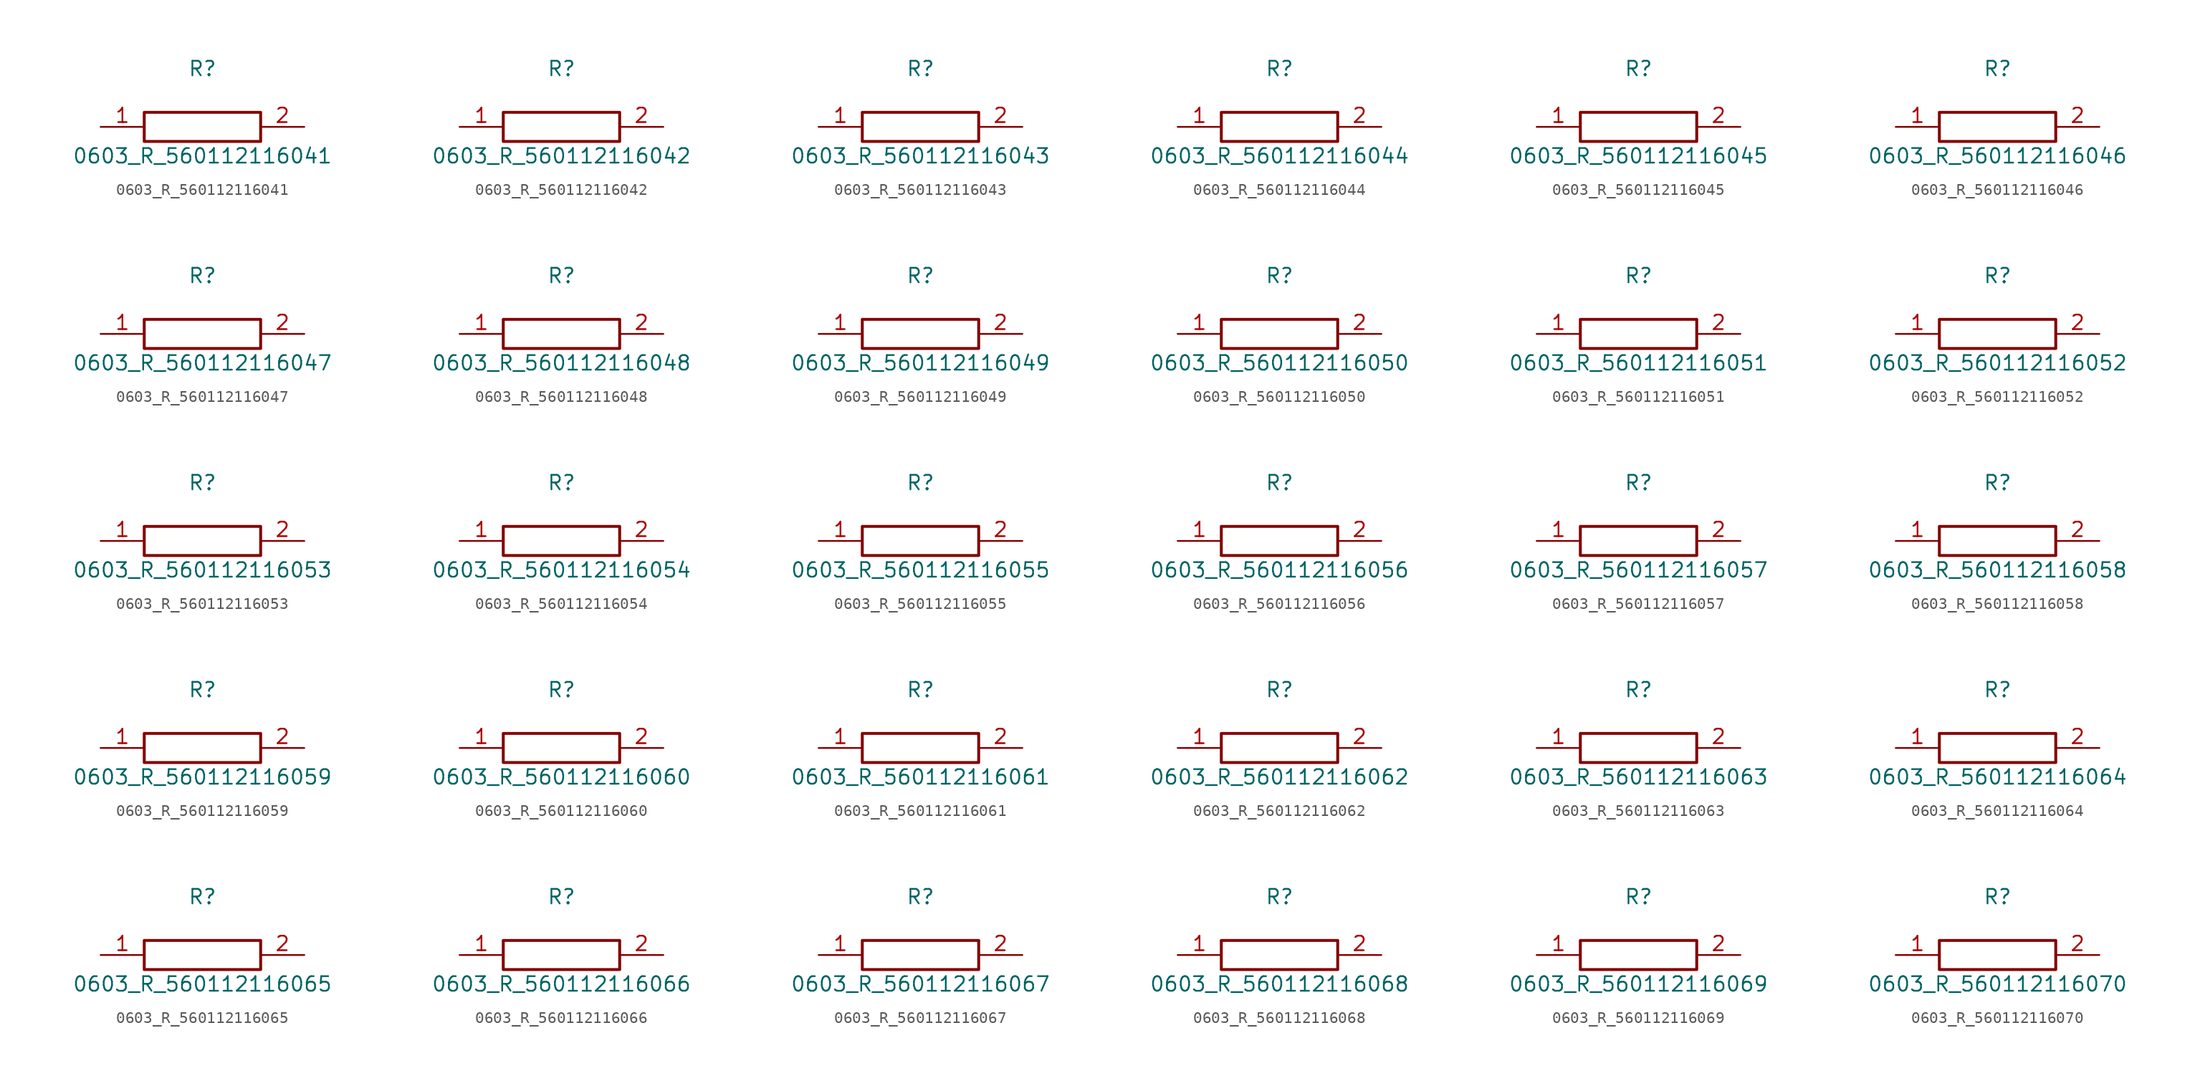
<source format=kicad_sym>
(kicad_symbol_lib
  (version 20211014)
  (generator kicad_symbol_editor)
  (symbol "Resistor_Wurth_WRIS-RSKS:0603_R_560112116041"
    (pin_names hide)
    (property "Reference" "R"
      (at 0 5.08 0)
      (effects (font (size 1.27 1.27))))
    (property "Value" "0603_R_560112116041"
      (at 0 -2.54 0)
      (effects (font (size 1.27 1.27))))
    (symbol "0603_R_560112116041_0_1"
      (rectangle (start -5.08 1.27) (end 5.08 -1.27) (stroke (width 0.254) (type solid)) (fill (type none)))
      (pin passive line (at -8.89 0 0) (length 3.81) (name "1" (effects (font (size 1.27 1.27)))) (number "1" (effects (font (size 1.27 1.27)))))
      (pin passive line (at 8.89 0 180) (length 3.81) (name "2" (effects (font (size 1.27 1.27)))) (number "2" (effects (font (size 1.27 1.27)))))))
  (symbol "Resistor_Wurth_WRIS-RSKS:0603_R_560112116042"
    (pin_names hide)
    (property "Reference" "R"
      (at 0 5.08 0)
      (effects (font (size 1.27 1.27))))
    (property "Value" "0603_R_560112116042"
      (at 0 -2.54 0)
      (effects (font (size 1.27 1.27))))
    (symbol "0603_R_560112116042_0_1"
      (rectangle (start -5.08 1.27) (end 5.08 -1.27) (stroke (width 0.254) (type solid)) (fill (type none)))
      (pin passive line (at -8.89 0 0) (length 3.81) (name "1" (effects (font (size 1.27 1.27)))) (number "1" (effects (font (size 1.27 1.27)))))
      (pin passive line (at 8.89 0 180) (length 3.81) (name "2" (effects (font (size 1.27 1.27)))) (number "2" (effects (font (size 1.27 1.27)))))))
  (symbol "Resistor_Wurth_WRIS-RSKS:0603_R_560112116043"
    (pin_names hide)
    (property "Reference" "R"
      (at 0 5.08 0)
      (effects (font (size 1.27 1.27))))
    (property "Value" "0603_R_560112116043"
      (at 0 -2.54 0)
      (effects (font (size 1.27 1.27))))
    (symbol "0603_R_560112116043_0_1"
      (rectangle (start -5.08 1.27) (end 5.08 -1.27) (stroke (width 0.254) (type solid)) (fill (type none)))
      (pin passive line (at -8.89 0 0) (length 3.81) (name "1" (effects (font (size 1.27 1.27)))) (number "1" (effects (font (size 1.27 1.27)))))
      (pin passive line (at 8.89 0 180) (length 3.81) (name "2" (effects (font (size 1.27 1.27)))) (number "2" (effects (font (size 1.27 1.27)))))))
  (symbol "Resistor_Wurth_WRIS-RSKS:0603_R_560112116044"
    (pin_names hide)
    (property "Reference" "R"
      (at 0 5.08 0)
      (effects (font (size 1.27 1.27))))
    (property "Value" "0603_R_560112116044"
      (at 0 -2.54 0)
      (effects (font (size 1.27 1.27))))
    (symbol "0603_R_560112116044_0_1"
      (rectangle (start -5.08 1.27) (end 5.08 -1.27) (stroke (width 0.254) (type solid)) (fill (type none)))
      (pin passive line (at -8.89 0 0) (length 3.81) (name "1" (effects (font (size 1.27 1.27)))) (number "1" (effects (font (size 1.27 1.27)))))
      (pin passive line (at 8.89 0 180) (length 3.81) (name "2" (effects (font (size 1.27 1.27)))) (number "2" (effects (font (size 1.27 1.27)))))))
  (symbol "Resistor_Wurth_WRIS-RSKS:0603_R_560112116045"
    (pin_names hide)
    (property "Reference" "R"
      (at 0 5.08 0)
      (effects (font (size 1.27 1.27))))
    (property "Value" "0603_R_560112116045"
      (at 0 -2.54 0)
      (effects (font (size 1.27 1.27))))
    (symbol "0603_R_560112116045_0_1"
      (rectangle (start -5.08 1.27) (end 5.08 -1.27) (stroke (width 0.254) (type solid)) (fill (type none)))
      (pin passive line (at -8.89 0 0) (length 3.81) (name "1" (effects (font (size 1.27 1.27)))) (number "1" (effects (font (size 1.27 1.27)))))
      (pin passive line (at 8.89 0 180) (length 3.81) (name "2" (effects (font (size 1.27 1.27)))) (number "2" (effects (font (size 1.27 1.27)))))))
  (symbol "Resistor_Wurth_WRIS-RSKS:0603_R_560112116046"
    (pin_names hide)
    (property "Reference" "R"
      (at 0 5.08 0)
      (effects (font (size 1.27 1.27))))
    (property "Value" "0603_R_560112116046"
      (at 0 -2.54 0)
      (effects (font (size 1.27 1.27))))
    (symbol "0603_R_560112116046_0_1"
      (rectangle (start -5.08 1.27) (end 5.08 -1.27) (stroke (width 0.254) (type solid)) (fill (type none)))
      (pin passive line (at -8.89 0 0) (length 3.81) (name "1" (effects (font (size 1.27 1.27)))) (number "1" (effects (font (size 1.27 1.27)))))
      (pin passive line (at 8.89 0 180) (length 3.81) (name "2" (effects (font (size 1.27 1.27)))) (number "2" (effects (font (size 1.27 1.27)))))))
  (symbol "Resistor_Wurth_WRIS-RSKS:0603_R_560112116047"
    (pin_names hide)
    (property "Reference" "R"
      (at 0 5.08 0)
      (effects (font (size 1.27 1.27))))
    (property "Value" "0603_R_560112116047"
      (at 0 -2.54 0)
      (effects (font (size 1.27 1.27))))
    (symbol "0603_R_560112116047_0_1"
      (rectangle (start -5.08 1.27) (end 5.08 -1.27) (stroke (width 0.254) (type solid)) (fill (type none)))
      (pin passive line (at -8.89 0 0) (length 3.81) (name "1" (effects (font (size 1.27 1.27)))) (number "1" (effects (font (size 1.27 1.27)))))
      (pin passive line (at 8.89 0 180) (length 3.81) (name "2" (effects (font (size 1.27 1.27)))) (number "2" (effects (font (size 1.27 1.27)))))))
  (symbol "Resistor_Wurth_WRIS-RSKS:0603_R_560112116048"
    (pin_names hide)
    (property "Reference" "R"
      (at 0 5.08 0)
      (effects (font (size 1.27 1.27))))
    (property "Value" "0603_R_560112116048"
      (at 0 -2.54 0)
      (effects (font (size 1.27 1.27))))
    (symbol "0603_R_560112116048_0_1"
      (rectangle (start -5.08 1.27) (end 5.08 -1.27) (stroke (width 0.254) (type solid)) (fill (type none)))
      (pin passive line (at -8.89 0 0) (length 3.81) (name "1" (effects (font (size 1.27 1.27)))) (number "1" (effects (font (size 1.27 1.27)))))
      (pin passive line (at 8.89 0 180) (length 3.81) (name "2" (effects (font (size 1.27 1.27)))) (number "2" (effects (font (size 1.27 1.27)))))))
  (symbol "Resistor_Wurth_WRIS-RSKS:0603_R_560112116049"
    (pin_names hide)
    (property "Reference" "R"
      (at 0 5.08 0)
      (effects (font (size 1.27 1.27))))
    (property "Value" "0603_R_560112116049"
      (at 0 -2.54 0)
      (effects (font (size 1.27 1.27))))
    (symbol "0603_R_560112116049_0_1"
      (rectangle (start -5.08 1.27) (end 5.08 -1.27) (stroke (width 0.254) (type solid)) (fill (type none)))
      (pin passive line (at -8.89 0 0) (length 3.81) (name "1" (effects (font (size 1.27 1.27)))) (number "1" (effects (font (size 1.27 1.27)))))
      (pin passive line (at 8.89 0 180) (length 3.81) (name "2" (effects (font (size 1.27 1.27)))) (number "2" (effects (font (size 1.27 1.27)))))))
  (symbol "Resistor_Wurth_WRIS-RSKS:0603_R_560112116050"
    (pin_names hide)
    (property "Reference" "R"
      (at 0 5.08 0)
      (effects (font (size 1.27 1.27))))
    (property "Value" "0603_R_560112116050"
      (at 0 -2.54 0)
      (effects (font (size 1.27 1.27))))
    (symbol "0603_R_560112116050_0_1"
      (rectangle (start -5.08 1.27) (end 5.08 -1.27) (stroke (width 0.254) (type solid)) (fill (type none)))
      (pin passive line (at -8.89 0 0) (length 3.81) (name "1" (effects (font (size 1.27 1.27)))) (number "1" (effects (font (size 1.27 1.27)))))
      (pin passive line (at 8.89 0 180) (length 3.81) (name "2" (effects (font (size 1.27 1.27)))) (number "2" (effects (font (size 1.27 1.27)))))))
  (symbol "Resistor_Wurth_WRIS-RSKS:0603_R_560112116051"
    (pin_names hide)
    (property "Reference" "R"
      (at 0 5.08 0)
      (effects (font (size 1.27 1.27))))
    (property "Value" "0603_R_560112116051"
      (at 0 -2.54 0)
      (effects (font (size 1.27 1.27))))
    (symbol "0603_R_560112116051_0_1"
      (rectangle (start -5.08 1.27) (end 5.08 -1.27) (stroke (width 0.254) (type solid)) (fill (type none)))
      (pin passive line (at -8.89 0 0) (length 3.81) (name "1" (effects (font (size 1.27 1.27)))) (number "1" (effects (font (size 1.27 1.27)))))
      (pin passive line (at 8.89 0 180) (length 3.81) (name "2" (effects (font (size 1.27 1.27)))) (number "2" (effects (font (size 1.27 1.27)))))))
  (symbol "Resistor_Wurth_WRIS-RSKS:0603_R_560112116052"
    (pin_names hide)
    (property "Reference" "R"
      (at 0 5.08 0)
      (effects (font (size 1.27 1.27))))
    (property "Value" "0603_R_560112116052"
      (at 0 -2.54 0)
      (effects (font (size 1.27 1.27))))
    (symbol "0603_R_560112116052_0_1"
      (rectangle (start -5.08 1.27) (end 5.08 -1.27) (stroke (width 0.254) (type solid)) (fill (type none)))
      (pin passive line (at -8.89 0 0) (length 3.81) (name "1" (effects (font (size 1.27 1.27)))) (number "1" (effects (font (size 1.27 1.27)))))
      (pin passive line (at 8.89 0 180) (length 3.81) (name "2" (effects (font (size 1.27 1.27)))) (number "2" (effects (font (size 1.27 1.27)))))))
  (symbol "Resistor_Wurth_WRIS-RSKS:0603_R_560112116053"
    (pin_names hide)
    (property "Reference" "R"
      (at 0 5.08 0)
      (effects (font (size 1.27 1.27))))
    (property "Value" "0603_R_560112116053"
      (at 0 -2.54 0)
      (effects (font (size 1.27 1.27))))
    (symbol "0603_R_560112116053_0_1"
      (rectangle (start -5.08 1.27) (end 5.08 -1.27) (stroke (width 0.254) (type solid)) (fill (type none)))
      (pin passive line (at -8.89 0 0) (length 3.81) (name "1" (effects (font (size 1.27 1.27)))) (number "1" (effects (font (size 1.27 1.27)))))
      (pin passive line (at 8.89 0 180) (length 3.81) (name "2" (effects (font (size 1.27 1.27)))) (number "2" (effects (font (size 1.27 1.27)))))))
  (symbol "Resistor_Wurth_WRIS-RSKS:0603_R_560112116054"
    (pin_names hide)
    (property "Reference" "R"
      (at 0 5.08 0)
      (effects (font (size 1.27 1.27))))
    (property "Value" "0603_R_560112116054"
      (at 0 -2.54 0)
      (effects (font (size 1.27 1.27))))
    (symbol "0603_R_560112116054_0_1"
      (rectangle (start -5.08 1.27) (end 5.08 -1.27) (stroke (width 0.254) (type solid)) (fill (type none)))
      (pin passive line (at -8.89 0 0) (length 3.81) (name "1" (effects (font (size 1.27 1.27)))) (number "1" (effects (font (size 1.27 1.27)))))
      (pin passive line (at 8.89 0 180) (length 3.81) (name "2" (effects (font (size 1.27 1.27)))) (number "2" (effects (font (size 1.27 1.27)))))))
  (symbol "Resistor_Wurth_WRIS-RSKS:0603_R_560112116055"
    (pin_names hide)
    (property "Reference" "R"
      (at 0 5.08 0)
      (effects (font (size 1.27 1.27))))
    (property "Value" "0603_R_560112116055"
      (at 0 -2.54 0)
      (effects (font (size 1.27 1.27))))
    (symbol "0603_R_560112116055_0_1"
      (rectangle (start -5.08 1.27) (end 5.08 -1.27) (stroke (width 0.254) (type solid)) (fill (type none)))
      (pin passive line (at -8.89 0 0) (length 3.81) (name "1" (effects (font (size 1.27 1.27)))) (number "1" (effects (font (size 1.27 1.27)))))
      (pin passive line (at 8.89 0 180) (length 3.81) (name "2" (effects (font (size 1.27 1.27)))) (number "2" (effects (font (size 1.27 1.27)))))))
  (symbol "Resistor_Wurth_WRIS-RSKS:0603_R_560112116056"
    (pin_names hide)
    (property "Reference" "R"
      (at 0 5.08 0)
      (effects (font (size 1.27 1.27))))
    (property "Value" "0603_R_560112116056"
      (at 0 -2.54 0)
      (effects (font (size 1.27 1.27))))
    (symbol "0603_R_560112116056_0_1"
      (rectangle (start -5.08 1.27) (end 5.08 -1.27) (stroke (width 0.254) (type solid)) (fill (type none)))
      (pin passive line (at -8.89 0 0) (length 3.81) (name "1" (effects (font (size 1.27 1.27)))) (number "1" (effects (font (size 1.27 1.27)))))
      (pin passive line (at 8.89 0 180) (length 3.81) (name "2" (effects (font (size 1.27 1.27)))) (number "2" (effects (font (size 1.27 1.27)))))))
  (symbol "Resistor_Wurth_WRIS-RSKS:0603_R_560112116057"
    (pin_names hide)
    (property "Reference" "R"
      (at 0 5.08 0)
      (effects (font (size 1.27 1.27))))
    (property "Value" "0603_R_560112116057"
      (at 0 -2.54 0)
      (effects (font (size 1.27 1.27))))
    (symbol "0603_R_560112116057_0_1"
      (rectangle (start -5.08 1.27) (end 5.08 -1.27) (stroke (width 0.254) (type solid)) (fill (type none)))
      (pin passive line (at -8.89 0 0) (length 3.81) (name "1" (effects (font (size 1.27 1.27)))) (number "1" (effects (font (size 1.27 1.27)))))
      (pin passive line (at 8.89 0 180) (length 3.81) (name "2" (effects (font (size 1.27 1.27)))) (number "2" (effects (font (size 1.27 1.27)))))))
  (symbol "Resistor_Wurth_WRIS-RSKS:0603_R_560112116058"
    (pin_names hide)
    (property "Reference" "R"
      (at 0 5.08 0)
      (effects (font (size 1.27 1.27))))
    (property "Value" "0603_R_560112116058"
      (at 0 -2.54 0)
      (effects (font (size 1.27 1.27))))
    (symbol "0603_R_560112116058_0_1"
      (rectangle (start -5.08 1.27) (end 5.08 -1.27) (stroke (width 0.254) (type solid)) (fill (type none)))
      (pin passive line (at -8.89 0 0) (length 3.81) (name "1" (effects (font (size 1.27 1.27)))) (number "1" (effects (font (size 1.27 1.27)))))
      (pin passive line (at 8.89 0 180) (length 3.81) (name "2" (effects (font (size 1.27 1.27)))) (number "2" (effects (font (size 1.27 1.27)))))))
  (symbol "Resistor_Wurth_WRIS-RSKS:0603_R_560112116059"
    (pin_names hide)
    (property "Reference" "R"
      (at 0 5.08 0)
      (effects (font (size 1.27 1.27))))
    (property "Value" "0603_R_560112116059"
      (at 0 -2.54 0)
      (effects (font (size 1.27 1.27))))
    (symbol "0603_R_560112116059_0_1"
      (rectangle (start -5.08 1.27) (end 5.08 -1.27) (stroke (width 0.254) (type solid)) (fill (type none)))
      (pin passive line (at -8.89 0 0) (length 3.81) (name "1" (effects (font (size 1.27 1.27)))) (number "1" (effects (font (size 1.27 1.27)))))
      (pin passive line (at 8.89 0 180) (length 3.81) (name "2" (effects (font (size 1.27 1.27)))) (number "2" (effects (font (size 1.27 1.27)))))))
  (symbol "Resistor_Wurth_WRIS-RSKS:0603_R_560112116060"
    (pin_names hide)
    (property "Reference" "R"
      (at 0 5.08 0)
      (effects (font (size 1.27 1.27))))
    (property "Value" "0603_R_560112116060"
      (at 0 -2.54 0)
      (effects (font (size 1.27 1.27))))
    (symbol "0603_R_560112116060_0_1"
      (rectangle (start -5.08 1.27) (end 5.08 -1.27) (stroke (width 0.254) (type solid)) (fill (type none)))
      (pin passive line (at -8.89 0 0) (length 3.81) (name "1" (effects (font (size 1.27 1.27)))) (number "1" (effects (font (size 1.27 1.27)))))
      (pin passive line (at 8.89 0 180) (length 3.81) (name "2" (effects (font (size 1.27 1.27)))) (number "2" (effects (font (size 1.27 1.27)))))))
  (symbol "Resistor_Wurth_WRIS-RSKS:0603_R_560112116061"
    (pin_names hide)
    (property "Reference" "R"
      (at 0 5.08 0)
      (effects (font (size 1.27 1.27))))
    (property "Value" "0603_R_560112116061"
      (at 0 -2.54 0)
      (effects (font (size 1.27 1.27))))
    (symbol "0603_R_560112116061_0_1"
      (rectangle (start -5.08 1.27) (end 5.08 -1.27) (stroke (width 0.254) (type solid)) (fill (type none)))
      (pin passive line (at -8.89 0 0) (length 3.81) (name "1" (effects (font (size 1.27 1.27)))) (number "1" (effects (font (size 1.27 1.27)))))
      (pin passive line (at 8.89 0 180) (length 3.81) (name "2" (effects (font (size 1.27 1.27)))) (number "2" (effects (font (size 1.27 1.27)))))))
  (symbol "Resistor_Wurth_WRIS-RSKS:0603_R_560112116062"
    (pin_names hide)
    (property "Reference" "R"
      (at 0 5.08 0)
      (effects (font (size 1.27 1.27))))
    (property "Value" "0603_R_560112116062"
      (at 0 -2.54 0)
      (effects (font (size 1.27 1.27))))
    (symbol "0603_R_560112116062_0_1"
      (rectangle (start -5.08 1.27) (end 5.08 -1.27) (stroke (width 0.254) (type solid)) (fill (type none)))
      (pin passive line (at -8.89 0 0) (length 3.81) (name "1" (effects (font (size 1.27 1.27)))) (number "1" (effects (font (size 1.27 1.27)))))
      (pin passive line (at 8.89 0 180) (length 3.81) (name "2" (effects (font (size 1.27 1.27)))) (number "2" (effects (font (size 1.27 1.27)))))))
  (symbol "Resistor_Wurth_WRIS-RSKS:0603_R_560112116063"
    (pin_names hide)
    (property "Reference" "R"
      (at 0 5.08 0)
      (effects (font (size 1.27 1.27))))
    (property "Value" "0603_R_560112116063"
      (at 0 -2.54 0)
      (effects (font (size 1.27 1.27))))
    (symbol "0603_R_560112116063_0_1"
      (rectangle (start -5.08 1.27) (end 5.08 -1.27) (stroke (width 0.254) (type solid)) (fill (type none)))
      (pin passive line (at -8.89 0 0) (length 3.81) (name "1" (effects (font (size 1.27 1.27)))) (number "1" (effects (font (size 1.27 1.27)))))
      (pin passive line (at 8.89 0 180) (length 3.81) (name "2" (effects (font (size 1.27 1.27)))) (number "2" (effects (font (size 1.27 1.27)))))))
  (symbol "Resistor_Wurth_WRIS-RSKS:0603_R_560112116064"
    (pin_names hide)
    (property "Reference" "R"
      (at 0 5.08 0)
      (effects (font (size 1.27 1.27))))
    (property "Value" "0603_R_560112116064"
      (at 0 -2.54 0)
      (effects (font (size 1.27 1.27))))
    (symbol "0603_R_560112116064_0_1"
      (rectangle (start -5.08 1.27) (end 5.08 -1.27) (stroke (width 0.254) (type solid)) (fill (type none)))
      (pin passive line (at -8.89 0 0) (length 3.81) (name "1" (effects (font (size 1.27 1.27)))) (number "1" (effects (font (size 1.27 1.27)))))
      (pin passive line (at 8.89 0 180) (length 3.81) (name "2" (effects (font (size 1.27 1.27)))) (number "2" (effects (font (size 1.27 1.27)))))))
  (symbol "Resistor_Wurth_WRIS-RSKS:0603_R_560112116065"
    (pin_names hide)
    (property "Reference" "R"
      (at 0 5.08 0)
      (effects (font (size 1.27 1.27))))
    (property "Value" "0603_R_560112116065"
      (at 0 -2.54 0)
      (effects (font (size 1.27 1.27))))
    (symbol "0603_R_560112116065_0_1"
      (rectangle (start -5.08 1.27) (end 5.08 -1.27) (stroke (width 0.254) (type solid)) (fill (type none)))
      (pin passive line (at -8.89 0 0) (length 3.81) (name "1" (effects (font (size 1.27 1.27)))) (number "1" (effects (font (size 1.27 1.27)))))
      (pin passive line (at 8.89 0 180) (length 3.81) (name "2" (effects (font (size 1.27 1.27)))) (number "2" (effects (font (size 1.27 1.27)))))))
  (symbol "Resistor_Wurth_WRIS-RSKS:0603_R_560112116066"
    (pin_names hide)
    (property "Reference" "R"
      (at 0 5.08 0)
      (effects (font (size 1.27 1.27))))
    (property "Value" "0603_R_560112116066"
      (at 0 -2.54 0)
      (effects (font (size 1.27 1.27))))
    (symbol "0603_R_560112116066_0_1"
      (rectangle (start -5.08 1.27) (end 5.08 -1.27) (stroke (width 0.254) (type solid)) (fill (type none)))
      (pin passive line (at -8.89 0 0) (length 3.81) (name "1" (effects (font (size 1.27 1.27)))) (number "1" (effects (font (size 1.27 1.27)))))
      (pin passive line (at 8.89 0 180) (length 3.81) (name "2" (effects (font (size 1.27 1.27)))) (number "2" (effects (font (size 1.27 1.27)))))))
  (symbol "Resistor_Wurth_WRIS-RSKS:0603_R_560112116067"
    (pin_names hide)
    (property "Reference" "R"
      (at 0 5.08 0)
      (effects (font (size 1.27 1.27))))
    (property "Value" "0603_R_560112116067"
      (at 0 -2.54 0)
      (effects (font (size 1.27 1.27))))
    (symbol "0603_R_560112116067_0_1"
      (rectangle (start -5.08 1.27) (end 5.08 -1.27) (stroke (width 0.254) (type solid)) (fill (type none)))
      (pin passive line (at -8.89 0 0) (length 3.81) (name "1" (effects (font (size 1.27 1.27)))) (number "1" (effects (font (size 1.27 1.27)))))
      (pin passive line (at 8.89 0 180) (length 3.81) (name "2" (effects (font (size 1.27 1.27)))) (number "2" (effects (font (size 1.27 1.27)))))))
  (symbol "Resistor_Wurth_WRIS-RSKS:0603_R_560112116068"
    (pin_names hide)
    (property "Reference" "R"
      (at 0 5.08 0)
      (effects (font (size 1.27 1.27))))
    (property "Value" "0603_R_560112116068"
      (at 0 -2.54 0)
      (effects (font (size 1.27 1.27))))
    (symbol "0603_R_560112116068_0_1"
      (rectangle (start -5.08 1.27) (end 5.08 -1.27) (stroke (width 0.254) (type solid)) (fill (type none)))
      (pin passive line (at -8.89 0 0) (length 3.81) (name "1" (effects (font (size 1.27 1.27)))) (number "1" (effects (font (size 1.27 1.27)))))
      (pin passive line (at 8.89 0 180) (length 3.81) (name "2" (effects (font (size 1.27 1.27)))) (number "2" (effects (font (size 1.27 1.27)))))))
  (symbol "Resistor_Wurth_WRIS-RSKS:0603_R_560112116069"
    (pin_names hide)
    (property "Reference" "R"
      (at 0 5.08 0)
      (effects (font (size 1.27 1.27))))
    (property "Value" "0603_R_560112116069"
      (at 0 -2.54 0)
      (effects (font (size 1.27 1.27))))
    (symbol "0603_R_560112116069_0_1"
      (rectangle (start -5.08 1.27) (end 5.08 -1.27) (stroke (width 0.254) (type solid)) (fill (type none)))
      (pin passive line (at -8.89 0 0) (length 3.81) (name "1" (effects (font (size 1.27 1.27)))) (number "1" (effects (font (size 1.27 1.27)))))
      (pin passive line (at 8.89 0 180) (length 3.81) (name "2" (effects (font (size 1.27 1.27)))) (number "2" (effects (font (size 1.27 1.27)))))))
  (symbol "Resistor_Wurth_WRIS-RSKS:0603_R_560112116070"
    (pin_names hide)
    (property "Reference" "R"
      (at 0 5.08 0)
      (effects (font (size 1.27 1.27))))
    (property "Value" "0603_R_560112116070"
      (at 0 -2.54 0)
      (effects (font (size 1.27 1.27))))
    (symbol "0603_R_560112116070_0_1"
      (rectangle (start -5.08 1.27) (end 5.08 -1.27) (stroke (width 0.254) (type solid)) (fill (type none)))
      (pin passive line (at -8.89 0 0) (length 3.81) (name "1" (effects (font (size 1.27 1.27)))) (number "1" (effects (font (size 1.27 1.27)))))
      (pin passive line (at 8.89 0 180) (length 3.81) (name "2" (effects (font (size 1.27 1.27)))) (number "2" (effects (font (size 1.27 1.27))))))))
</source>
